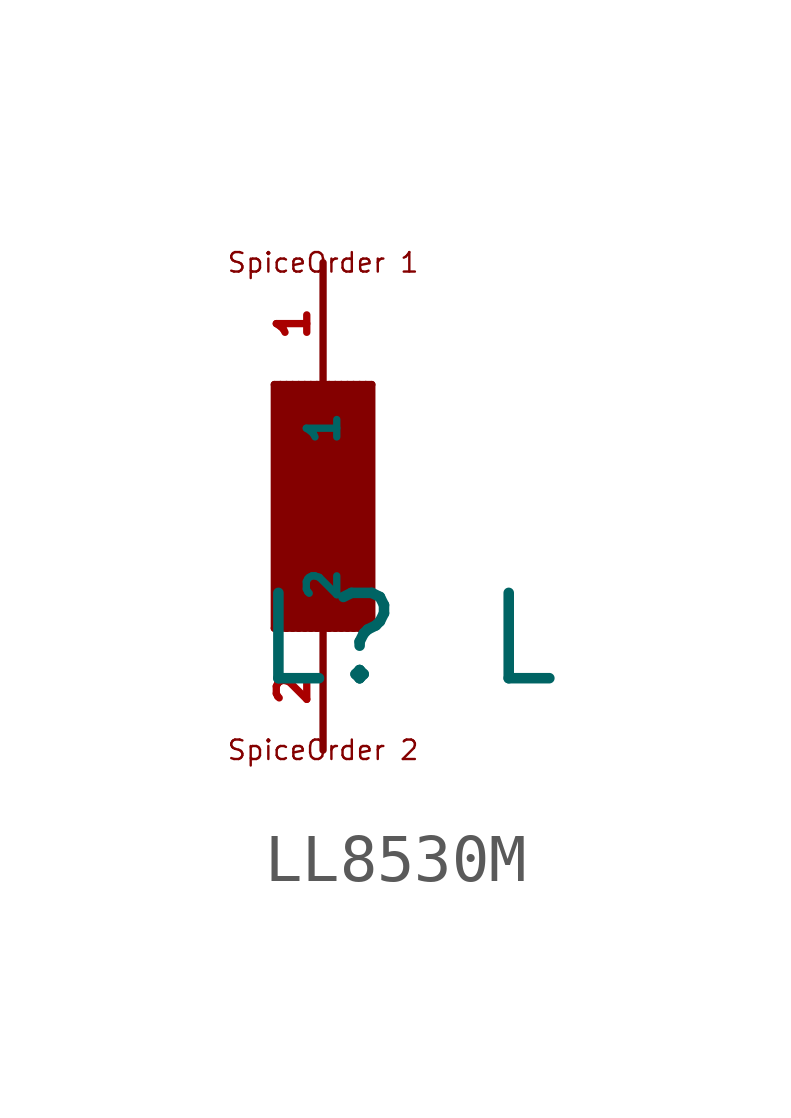
<source format=kicad_sym>
(kicad_symbol_lib
  (version 20220914)
  (generator Eagle2Kicad)
  (symbol "LL8530M"
    (property "Reference" "L"
      (at -1.499 -3.81 0)
      (effects (font (size 1.778 1.778) (thickness 0.22)) (justify left bottom)))
    (property "Value" "L"
      (at 3.302 -3.81 0)
      (effects (font (size 1.778 1.778) (thickness 0.22)) (justify left bottom)))
    (polyline
      (pts (xy -1.016 2.54) (xy -0.889 2.54))
      (stroke (width 0.152) (type default))
      (fill (type none)))
    (polyline
      (pts (xy -0.889 2.54) (xy -0.762 2.54))
      (stroke (width 0.152) (type default))
      (fill (type none)))
    (polyline
      (pts (xy -0.762 2.54) (xy -0.635 2.54))
      (stroke (width 0.152) (type default))
      (fill (type none)))
    (polyline
      (pts (xy -0.635 2.54) (xy -0.508 2.54))
      (stroke (width 0.152) (type default))
      (fill (type none)))
    (polyline
      (pts (xy -0.508 2.54) (xy -0.381 2.54))
      (stroke (width 0.152) (type default))
      (fill (type none)))
    (polyline
      (pts (xy -0.381 2.54) (xy -0.254 2.54))
      (stroke (width 0.152) (type default))
      (fill (type none)))
    (polyline
      (pts (xy -0.254 2.54) (xy -0.127 2.54))
      (stroke (width 0.152) (type default))
      (fill (type none)))
    (polyline
      (pts (xy -0.127 2.54) (xy 0 2.54))
      (stroke (width 0.152) (type default))
      (fill (type none)))
    (polyline
      (pts (xy 0 2.54) (xy 0.127 2.54))
      (stroke (width 0.152) (type default))
      (fill (type none)))
    (polyline
      (pts (xy 0.127 2.54) (xy 0.254 2.54))
      (stroke (width 0.152) (type default))
      (fill (type none)))
    (polyline
      (pts (xy 0.254 2.54) (xy 0.381 2.54))
      (stroke (width 0.152) (type default))
      (fill (type none)))
    (polyline
      (pts (xy 0.381 2.54) (xy 0.508 2.54))
      (stroke (width 0.152) (type default))
      (fill (type none)))
    (polyline
      (pts (xy 0.508 2.54) (xy 0.635 2.54))
      (stroke (width 0.152) (type default))
      (fill (type none)))
    (polyline
      (pts (xy 0.635 2.54) (xy 0.762 2.54))
      (stroke (width 0.152) (type default))
      (fill (type none)))
    (polyline
      (pts (xy 0.762 2.54) (xy 0.889 2.54))
      (stroke (width 0.152) (type default))
      (fill (type none)))
    (polyline
      (pts (xy 0.889 2.54) (xy 1.016 2.54))
      (stroke (width 0.152) (type default))
      (fill (type none)))
    (polyline
      (pts (xy 1.016 2.54) (xy 1.016 -2.54))
      (stroke (width 0.152) (type default))
      (fill (type none)))
    (polyline
      (pts (xy 1.016 -2.54) (xy 0.889 -2.54))
      (stroke (width 0.152) (type default))
      (fill (type none)))
    (polyline
      (pts (xy 0.889 -2.54) (xy 0.762 -2.54))
      (stroke (width 0.152) (type default))
      (fill (type none)))
    (polyline
      (pts (xy 0.762 -2.54) (xy 0.635 -2.54))
      (stroke (width 0.152) (type default))
      (fill (type none)))
    (polyline
      (pts (xy 0.635 -2.54) (xy 0.508 -2.54))
      (stroke (width 0.152) (type default))
      (fill (type none)))
    (polyline
      (pts (xy 0.508 -2.54) (xy 0.381 -2.54))
      (stroke (width 0.152) (type default))
      (fill (type none)))
    (polyline
      (pts (xy 0.381 -2.54) (xy 0.254 -2.54))
      (stroke (width 0.152) (type default))
      (fill (type none)))
    (polyline
      (pts (xy 0.254 -2.54) (xy 0.127 -2.54))
      (stroke (width 0.152) (type default))
      (fill (type none)))
    (polyline
      (pts (xy 0.127 -2.54) (xy 0 -2.54))
      (stroke (width 0.152) (type default))
      (fill (type none)))
    (polyline
      (pts (xy 0 -2.54) (xy -0.127 -2.54))
      (stroke (width 0.152) (type default))
      (fill (type none)))
    (polyline
      (pts (xy -0.127 -2.54) (xy -0.254 -2.54))
      (stroke (width 0.152) (type default))
      (fill (type none)))
    (polyline
      (pts (xy -0.254 -2.54) (xy -0.381 -2.54))
      (stroke (width 0.152) (type default))
      (fill (type none)))
    (polyline
      (pts (xy -0.381 -2.54) (xy -0.508 -2.54))
      (stroke (width 0.152) (type default))
      (fill (type none)))
    (polyline
      (pts (xy -0.508 -2.54) (xy -0.635 -2.54))
      (stroke (width 0.152) (type default))
      (fill (type none)))
    (polyline
      (pts (xy -0.635 -2.54) (xy -0.762 -2.54))
      (stroke (width 0.152) (type default))
      (fill (type none)))
    (polyline
      (pts (xy -0.762 -2.54) (xy -0.889 -2.54))
      (stroke (width 0.152) (type default))
      (fill (type none)))
    (polyline
      (pts (xy -0.889 -2.54) (xy -1.016 -2.54))
      (stroke (width 0.152) (type default))
      (fill (type none)))
    (polyline
      (pts (xy 0.889 2.54) (xy 0.889 -2.54))
      (stroke (width 0.152) (type default))
      (fill (type none)))
    (polyline
      (pts (xy 0.762 2.54) (xy 0.762 -2.54))
      (stroke (width 0.152) (type default))
      (fill (type none)))
    (polyline
      (pts (xy 0.635 2.54) (xy 0.635 -2.54))
      (stroke (width 0.152) (type default))
      (fill (type none)))
    (polyline
      (pts (xy 0.508 2.54) (xy 0.508 -2.54))
      (stroke (width 0.152) (type default))
      (fill (type none)))
    (polyline
      (pts (xy 0.381 2.54) (xy 0.381 -2.54))
      (stroke (width 0.152) (type default))
      (fill (type none)))
    (polyline
      (pts (xy 0.254 2.54) (xy 0.254 -2.54))
      (stroke (width 0.152) (type default))
      (fill (type none)))
    (polyline
      (pts (xy 0.127 2.54) (xy 0.127 -2.54))
      (stroke (width 0.152) (type default))
      (fill (type none)))
    (polyline
      (pts (xy 0 2.54) (xy 0 -2.54))
      (stroke (width 0.152) (type default))
      (fill (type none)))
    (polyline
      (pts (xy -0.127 2.54) (xy -0.127 -2.54))
      (stroke (width 0.152) (type default))
      (fill (type none)))
    (polyline
      (pts (xy -0.254 2.54) (xy -0.254 -2.54))
      (stroke (width 0.152) (type default))
      (fill (type none)))
    (polyline
      (pts (xy -0.381 2.54) (xy -0.381 -2.54))
      (stroke (width 0.152) (type default))
      (fill (type none)))
    (polyline
      (pts (xy -0.508 2.54) (xy -0.508 -2.54))
      (stroke (width 0.152) (type default))
      (fill (type none)))
    (polyline
      (pts (xy -0.635 2.54) (xy -0.635 -2.54))
      (stroke (width 0.152) (type default))
      (fill (type none)))
    (polyline
      (pts (xy -0.762 2.54) (xy -0.762 -2.54))
      (stroke (width 0.152) (type default))
      (fill (type none)))
    (polyline
      (pts (xy -0.889 2.54) (xy -0.889 -2.54))
      (stroke (width 0.152) (type default))
      (fill (type none)))
    (polyline
      (pts (xy -1.016 2.54) (xy -1.016 -2.54))
      (stroke (width 0.152) (type default))
      (fill (type none)))
    (text "SpiceOrder 1"
      (at 0 5.08 0)
      (effects (font (size 0.406 0.406) (thickness 0.05))))
    (text "SpiceOrder 2"
      (at 0 -5.08 0)
      (effects (font (size 0.406 0.406) (thickness 0.05))))
    (pin passive line
      (at 0 5.08 270)
      (length 2.54)
      (name "1" (effects (font (size 0.635 0.635) (thickness 0.08)) (justify left bottom)))
      (number "1" (effects (font (size 0.635 0.635) (thickness 0.08)) (justify left bottom))))
    (pin passive line
      (at 0 -5.08 90)
      (length 2.54)
      (name "2" (effects (font (size 0.635 0.635) (thickness 0.08)) (justify left bottom)))
      (number "2" (effects (font (size 0.635 0.635) (thickness 0.08)) (justify left bottom))))))
</source>
